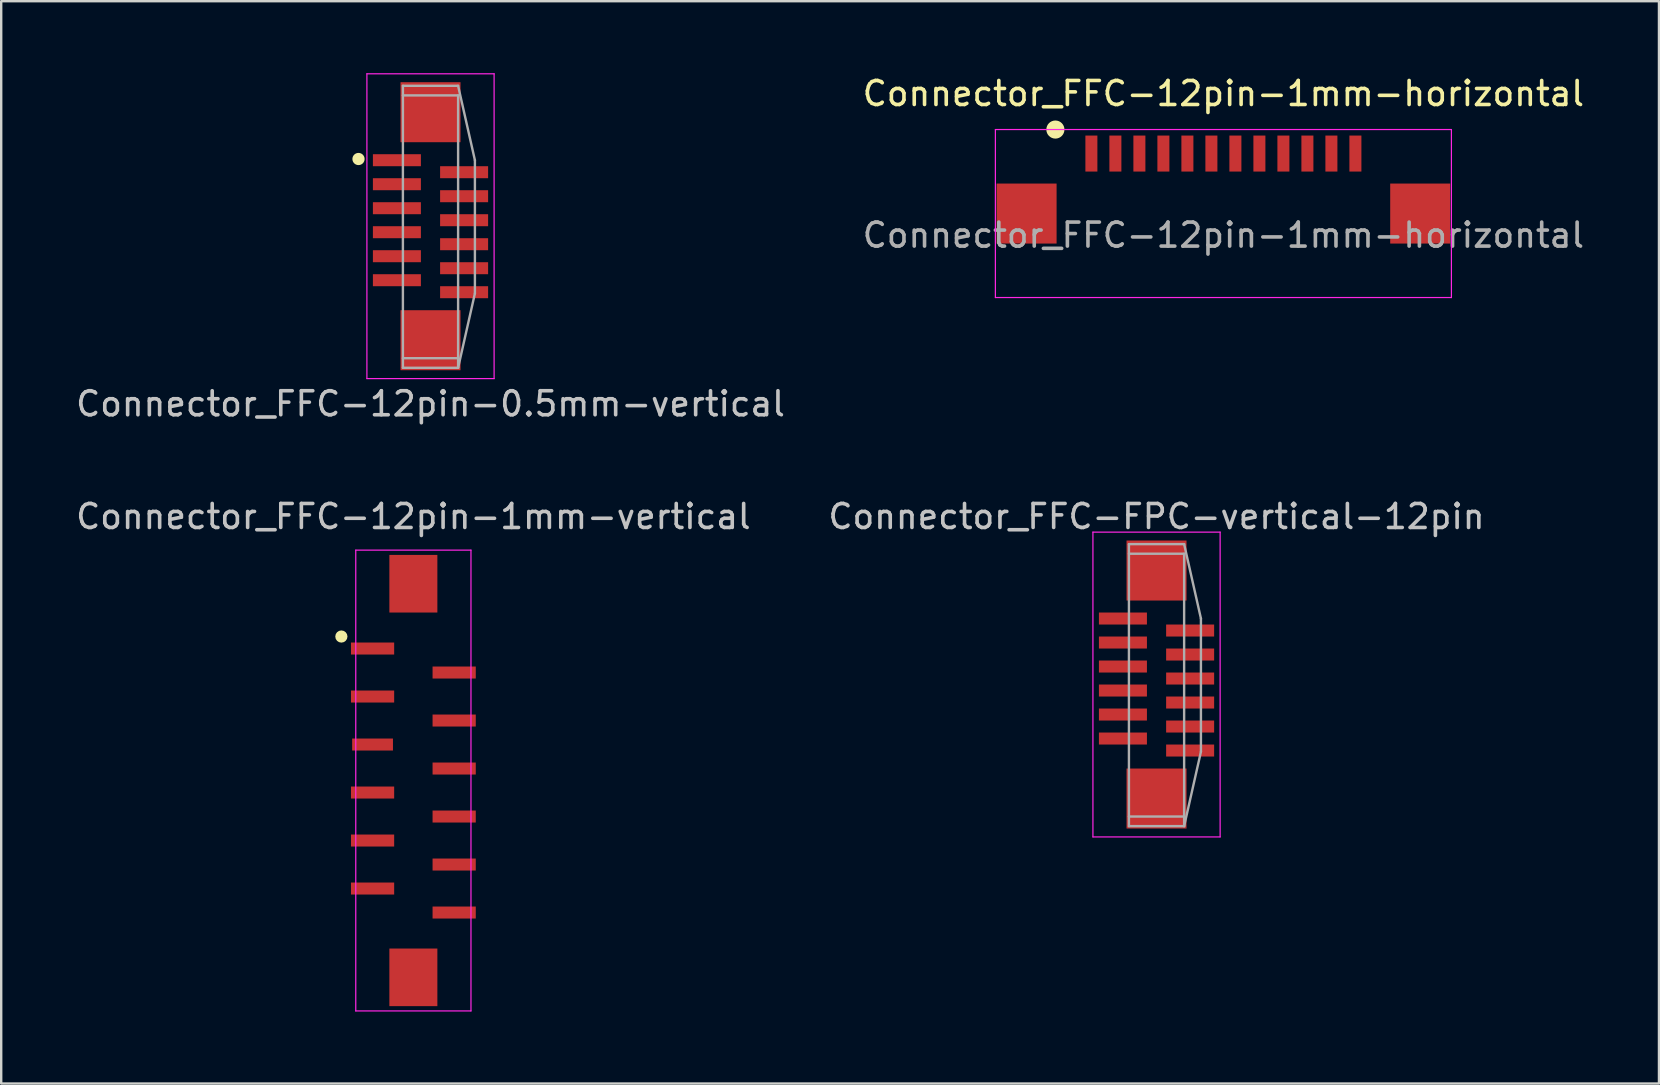
<source format=kicad_pcb>
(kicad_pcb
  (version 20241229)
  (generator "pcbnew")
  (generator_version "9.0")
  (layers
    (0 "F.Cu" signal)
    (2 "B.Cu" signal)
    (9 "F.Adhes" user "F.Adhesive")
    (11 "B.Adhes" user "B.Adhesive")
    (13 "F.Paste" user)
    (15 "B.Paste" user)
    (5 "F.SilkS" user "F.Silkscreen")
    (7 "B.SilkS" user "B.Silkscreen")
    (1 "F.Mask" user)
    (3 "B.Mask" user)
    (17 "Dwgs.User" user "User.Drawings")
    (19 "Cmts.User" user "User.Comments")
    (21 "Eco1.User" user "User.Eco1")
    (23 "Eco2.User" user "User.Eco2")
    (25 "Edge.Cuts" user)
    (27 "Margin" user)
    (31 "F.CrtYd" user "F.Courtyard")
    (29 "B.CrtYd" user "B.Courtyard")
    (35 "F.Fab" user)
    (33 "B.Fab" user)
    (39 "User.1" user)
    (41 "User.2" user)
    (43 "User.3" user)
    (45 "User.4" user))
  (footprint "Connector_FFC-12pin-1mm-vertical"
    (layer "F.Cu")
    (at 14.173 29.471)
    (property "Reference" "Connector_FFC-12pin-1mm-vertical" (at 0 -11 0) (layer "Dwgs.User") (effects (font (size 1 1) (thickness 0.15))))
    (attr smd)
    (fp_circle (center -3 -6) (end -2.873 -6) (stroke (width 0.254) (type solid)) (fill no) (layer "F.SilkS"))
    (fp_line (start -2.4 -9.6) (end 2.4 -9.6) (stroke (width 0.05) (type solid)) (layer "F.CrtYd"))
    (fp_line (start -2.4 9.6) (end -2.4 -9.6) (stroke (width 0.05) (type solid)) (layer "F.CrtYd"))
    (fp_line (start 2.4 -9.6) (end 2.4 9.6) (stroke (width 0.05) (type solid)) (layer "F.CrtYd"))
    (fp_line (start 2.4 9.6) (end -2.4 9.6) (stroke (width 0.05) (type solid)) (layer "F.CrtYd"))
    (pad "" smd rect (at 0 -8.2) (size 2 2.4) (layers "F.Cu" "F.Mask" "F.Paste"))
    (pad "" smd rect (at 0 8.2) (size 2 2.4) (layers "F.Cu" "F.Mask" "F.Paste"))
    (pad "1" smd rect (at -1.7 -5.5) (size 1.8 0.5) (layers "F.Cu" "F.Mask" "F.Paste"))
    (pad "2" smd rect (at 1.7 -4.5) (size 1.8 0.5) (layers "F.Cu" "F.Mask" "F.Paste"))
    (pad "3" smd rect (at -1.7 -3.5) (size 1.8 0.5) (layers "F.Cu" "F.Mask" "F.Paste"))
    (pad "4" smd rect (at 1.7 -2.5) (size 1.8 0.5) (layers "F.Cu" "F.Mask" "F.Paste"))
    (pad "5" smd rect (at -1.7 -1.5) (size 1.7 0.5) (layers "F.Cu" "F.Mask" "F.Paste"))
    (pad "6" smd rect (at 1.7 -0.5) (size 1.8 0.5) (layers "F.Cu" "F.Mask" "F.Paste"))
    (pad "7" smd rect (at -1.7 0.5) (size 1.8 0.5) (layers "F.Cu" "F.Mask" "F.Paste"))
    (pad "8" smd rect (at 1.7 1.5) (size 1.8 0.5) (layers "F.Cu" "F.Mask" "F.Paste"))
    (pad "9" smd rect (at -1.7 2.5) (size 1.8 0.5) (layers "F.Cu" "F.Mask" "F.Paste"))
    (pad "10" smd rect (at 1.7 3.5) (size 1.8 0.5) (layers "F.Cu" "F.Mask" "F.Paste"))
    (pad "11" smd rect (at -1.7 4.5) (size 1.8 0.5) (layers "F.Cu" "F.Mask" "F.Paste"))
    (pad "12" smd rect (at 1.7 5.5) (size 1.8 0.5) (layers "F.Cu" "F.Mask" "F.Paste")))
  (footprint "Connector_FFC-12pin-1mm-horizontal"
    (layer "F.Cu")
    (at 47.923 4.848)
    (property "Reference" "Connector_FFC-12pin-1mm-horizontal" (at 0 -4 0) (layer "F.SilkS") (effects (font (size 1 1) (thickness 0.15))))
    (attr smd)
    (fp_circle (center -7 -2.5) (end -6.75 -2.5) (stroke (width 0.254) (type solid)) (fill yes) (layer "F.SilkS"))
    (fp_line (start -9.5 -2.5) (end -9.5 4.5) (stroke (width 0.05) (type solid)) (layer "F.CrtYd"))
    (fp_line (start -9.5 4.5) (end 9.5 4.5) (stroke (width 0.05) (type solid)) (layer "F.CrtYd"))
    (fp_line (start 9.5 -2.5) (end -9.5 -2.5) (stroke (width 0.05) (type solid)) (layer "F.CrtYd"))
    (fp_line (start 9.5 4.5) (end 9.5 -2.5) (stroke (width 0.05) (type solid)) (layer "F.CrtYd"))
    (fp_text user "${REFERENCE}" (at 0 1.9 0) (layer "F.Fab") (effects (font (size 1 1) (thickness 0.15))))
    (pad "1" smd rect (at -5.5 -1.5) (size 0.5 1.5) (layers "F.Cu" "F.Mask" "F.Paste"))
    (pad "2" smd rect (at -4.5 -1.5) (size 0.5 1.5) (layers "F.Cu" "F.Mask" "F.Paste"))
    (pad "3" smd rect (at -3.5 -1.5) (size 0.5 1.5) (layers "F.Cu" "F.Mask" "F.Paste"))
    (pad "4" smd rect (at -2.5 -1.5) (size 0.5 1.5) (layers "F.Cu" "F.Mask" "F.Paste"))
    (pad "5" smd rect (at -1.5 -1.5) (size 0.5 1.5) (layers "F.Cu" "F.Mask" "F.Paste"))
    (pad "6" smd rect (at -0.5 -1.5) (size 0.5 1.5) (layers "F.Cu" "F.Mask" "F.Paste"))
    (pad "7" smd rect (at 0.5 -1.5) (size 0.5 1.5) (layers "F.Cu" "F.Mask" "F.Paste"))
    (pad "8" smd rect (at 1.5 -1.5) (size 0.5 1.5) (layers "F.Cu" "F.Mask" "F.Paste"))
    (pad "9" smd rect (at 2.5 -1.5) (size 0.5 1.5) (layers "F.Cu" "F.Mask" "F.Paste"))
    (pad "10" smd rect (at 3.5 -1.5) (size 0.5 1.5) (layers "F.Cu" "F.Mask" "F.Paste"))
    (pad "11" smd rect (at 4.5 -1.5) (size 0.5 1.5) (layers "F.Cu" "F.Mask" "F.Paste"))
    (pad "12" smd rect (at 5.5 -1.5) (size 0.5 1.5) (layers "F.Cu" "F.Mask" "F.Paste"))
    (pad "MP" smd rect (at -8.2 1) (size 2.5 2.5) (layers "F.Cu" "F.Mask" "F.Paste"))
    (pad "MP" smd rect (at 8.2 1) (size 2.5 2.5) (layers "F.Cu" "F.Mask" "F.Paste")))
  (footprint "Connector_FFC-FPC-vertical-12pin"
    (layer "F.Cu")
    (at 45.137 25.471)
    (property "Reference" "Connector_FFC-FPC-vertical-12pin" (at 0 -7 0) (layer "Dwgs.User") (effects (font (size 1 1) (thickness 0.15))))
    (attr smd)
    (fp_line (start -2.65 -6.35) (end 2.65 -6.35) (stroke (width 0.05) (type solid)) (layer "F.CrtYd"))
    (fp_line (start -2.65 6.35) (end -2.65 -6.35) (stroke (width 0.05) (type solid)) (layer "F.CrtYd"))
    (fp_line (start 2.65 -6.35) (end 2.65 6.35) (stroke (width 0.05) (type solid)) (layer "F.CrtYd"))
    (fp_line (start 2.65 6.35) (end -2.65 6.35) (stroke (width 0.05) (type solid)) (layer "F.CrtYd"))
    (fp_line (start -1.15 -5.85) (end 1.15 -5.85) (stroke (width 0.1) (type solid)) (layer "F.Fab"))
    (fp_line (start -1.15 -5.45) (end 1.15 -5.45) (stroke (width 0.1) (type solid)) (layer "F.Fab"))
    (fp_line (start -1.15 5.9) (end -1.15 -5.85) (stroke (width 0.1) (type solid)) (layer "F.Fab"))
    (fp_line (start 1.15 -5.85) (end 1.85 -2.75) (stroke (width 0.1) (type solid)) (layer "F.Fab"))
    (fp_line (start 1.15 -5.45) (end 1.15 5.9) (stroke (width 0.1) (type solid)) (layer "F.Fab"))
    (fp_line (start 1.15 5.5) (end -1.15 5.5) (stroke (width 0.1) (type solid)) (layer "F.Fab"))
    (fp_line (start 1.15 5.9) (end -1.15 5.9) (stroke (width 0.1) (type solid)) (layer "F.Fab"))
    (fp_line (start 1.85 -2.75) (end 1.85 2.8) (stroke (width 0.1) (type solid)) (layer "F.Fab"))
    (fp_line (start 1.85 2.8) (end 1.15 5.9) (stroke (width 0.1) (type solid)) (layer "F.Fab"))
    (pad "" smd rect (at 0 -4.75) (size 2.5 2.5) (layers "F.Cu" "F.Mask" "F.Paste"))
    (pad "" smd rect (at 0 4.75) (size 2.5 2.5) (layers "F.Cu" "F.Mask" "F.Paste"))
    (pad "1" smd custom (at -1.9 -2.75 180) (size 1 0.5) (layers "F.Cu" "F.Mask" "F.Paste") (options (anchor rect)) (primitives (gr_poly (pts (xy -1.5 0.25) (xy -0.5 0.25) (xy -0.5 -0.25) (xy -1.5 -0.25)) (width 0) (fill yes))))
    (pad "2" smd custom (at 1.9 -2.25) (size 1 0.5) (layers "F.Cu" "F.Mask" "F.Paste") (options (anchor rect)) (primitives (gr_poly (pts (xy -1.5 0.25) (xy -0.5 0.25) (xy -0.5 -0.25) (xy -1.5 -0.25)) (width 0) (fill yes))))
    (pad "3" smd custom (at -1.9 -1.75 180) (size 1 0.5) (layers "F.Cu" "F.Mask" "F.Paste") (options (anchor rect)) (primitives (gr_poly (pts (xy -1.5 0.25) (xy -0.5 0.25) (xy -0.5 -0.25) (xy -1.5 -0.25)) (width 0) (fill yes))))
    (pad "4" smd custom (at 1.9 -1.25) (size 1 0.5) (layers "F.Cu" "F.Mask" "F.Paste") (options (anchor rect)) (primitives (gr_poly (pts (xy -1.5 0.25) (xy -0.5 0.25) (xy -0.5 -0.25) (xy -1.5 -0.25)) (width 0) (fill yes))))
    (pad "5" smd custom (at -1.9 -0.75 180) (size 1 0.5) (layers "F.Cu" "F.Mask" "F.Paste") (options (anchor rect)) (primitives (gr_poly (pts (xy -1.5 0.25) (xy -0.5 0.25) (xy -0.5 -0.25) (xy -1.5 -0.25)) (width 0) (fill yes))))
    (pad "6" smd custom (at 1.9 -0.25) (size 1 0.5) (layers "F.Cu" "F.Mask" "F.Paste") (options (anchor rect)) (primitives (gr_poly (pts (xy -1.5 0.25) (xy -0.5 0.25) (xy -0.5 -0.25) (xy -1.5 -0.25)) (width 0) (fill yes))))
    (pad "7" smd rect (at -1.4 0.25 270) (size 0.5 2) (layers "F.Cu" "F.Mask" "F.Paste"))
    (pad "8" smd custom (at 1.9 0.75) (size 1 0.5) (layers "F.Cu" "F.Mask" "F.Paste") (options (anchor rect)) (primitives (gr_poly (pts (xy -1.5 0.25) (xy -0.5 0.25) (xy -0.5 -0.25) (xy -1.5 -0.25)) (width 0) (fill yes))))
    (pad "9" smd custom (at -1.9 1.25 180) (size 1 0.5) (layers "F.Cu" "F.Mask" "F.Paste") (options (anchor rect)) (primitives (gr_poly (pts (xy -1.5 0.25) (xy -0.5 0.25) (xy -0.5 -0.25) (xy -1.5 -0.25)) (width 0) (fill yes))))
    (pad "10" smd custom (at 1.9 1.75) (size 1 0.5) (layers "F.Cu" "F.Mask" "F.Paste") (options (anchor rect)) (primitives (gr_poly (pts (xy -1.5 0.25) (xy -0.5 0.25) (xy -0.5 -0.25) (xy -1.5 -0.25)) (width 0) (fill yes))))
    (pad "11" smd custom (at -1.9 2.25 180) (size 1 0.5) (layers "F.Cu" "F.Mask" "F.Paste") (options (anchor rect)) (primitives (gr_poly (pts (xy -1.5 0.25) (xy -0.5 0.25) (xy -0.5 -0.25) (xy -1.5 -0.25)) (width 0) (fill yes))))
    (pad "12" smd custom (at 1.9 2.75) (size 1 0.5) (layers "F.Cu" "F.Mask" "F.Paste") (options (anchor rect)) (primitives (gr_poly (pts (xy -1.5 0.25) (xy -0.5 0.25) (xy -0.5 -0.25) (xy -1.5 -0.25)) (width 0) (fill yes)))))
  (footprint "Connector_FFC-12pin-0.5mm-vertical"
    (layer "F.Cu")
    (at 14.887 6.375)
    (property "Reference" "Connector_FFC-12pin-0.5mm-vertical" (at 0 7.4 0) (layer "Dwgs.User") (effects (font (size 1 1) (thickness 0.15))))
    (attr smd)
    (fp_circle (center -3 -2.8) (end -2.873 -2.8) (stroke (width 0.254) (type solid)) (fill yes) (layer "F.SilkS"))
    (fp_line (start -2.65 -6.35) (end 2.65 -6.35) (stroke (width 0.05) (type solid)) (layer "F.CrtYd"))
    (fp_line (start -2.65 6.35) (end -2.65 -6.35) (stroke (width 0.05) (type solid)) (layer "F.CrtYd"))
    (fp_line (start 2.65 -6.35) (end 2.65 6.35) (stroke (width 0.05) (type solid)) (layer "F.CrtYd"))
    (fp_line (start 2.65 6.35) (end -2.65 6.35) (stroke (width 0.05) (type solid)) (layer "F.CrtYd"))
    (fp_line (start -1.15 -5.85) (end 1.15 -5.85) (stroke (width 0.1) (type solid)) (layer "F.Fab"))
    (fp_line (start -1.15 -5.45) (end 1.15 -5.45) (stroke (width 0.1) (type solid)) (layer "F.Fab"))
    (fp_line (start -1.15 5.9) (end -1.15 -5.85) (stroke (width 0.1) (type solid)) (layer "F.Fab"))
    (fp_line (start 1.15 -5.85) (end 1.85 -2.75) (stroke (width 0.1) (type solid)) (layer "F.Fab"))
    (fp_line (start 1.15 -5.45) (end 1.15 5.9) (stroke (width 0.1) (type solid)) (layer "F.Fab"))
    (fp_line (start 1.15 5.5) (end -1.15 5.5) (stroke (width 0.1) (type solid)) (layer "F.Fab"))
    (fp_line (start 1.15 5.9) (end -1.15 5.9) (stroke (width 0.1) (type solid)) (layer "F.Fab"))
    (fp_line (start 1.85 -2.75) (end 1.85 2.8) (stroke (width 0.1) (type solid)) (layer "F.Fab"))
    (fp_line (start 1.85 2.8) (end 1.15 5.9) (stroke (width 0.1) (type solid)) (layer "F.Fab"))
    (pad "" smd rect (at 0 -4.75) (size 2.5 2.5) (layers "F.Cu" "F.Mask" "F.Paste"))
    (pad "" smd rect (at 0 4.75) (size 2.5 2.5) (layers "F.Cu" "F.Mask" "F.Paste"))
    (pad "1" smd custom (at -1.9 -2.75 180) (size 1 0.5) (layers "F.Cu" "F.Mask" "F.Paste") (options (anchor rect)) (primitives (gr_poly (pts (xy -1.5 0.25) (xy -0.5 0.25) (xy -0.5 -0.25) (xy -1.5 -0.25)) (width 0) (fill yes))))
    (pad "2" smd custom (at 1.9 -2.25) (size 1 0.5) (layers "F.Cu" "F.Mask" "F.Paste") (options (anchor rect)) (primitives (gr_poly (pts (xy -1.5 0.25) (xy -0.5 0.25) (xy -0.5 -0.25) (xy -1.5 -0.25)) (width 0) (fill yes))))
    (pad "3" smd custom (at -1.9 -1.75 180) (size 1 0.5) (layers "F.Cu" "F.Mask" "F.Paste") (options (anchor rect)) (primitives (gr_poly (pts (xy -1.5 0.25) (xy -0.5 0.25) (xy -0.5 -0.25) (xy -1.5 -0.25)) (width 0) (fill yes))))
    (pad "4" smd custom (at 1.9 -1.25) (size 1 0.5) (layers "F.Cu" "F.Mask" "F.Paste") (options (anchor rect)) (primitives (gr_poly (pts (xy -1.5 0.25) (xy -0.5 0.25) (xy -0.5 -0.25) (xy -1.5 -0.25)) (width 0) (fill yes))))
    (pad "5" smd custom (at -1.9 -0.75 180) (size 1 0.5) (layers "F.Cu" "F.Mask" "F.Paste") (options (anchor rect)) (primitives (gr_poly (pts (xy -1.5 0.25) (xy -0.5 0.25) (xy -0.5 -0.25) (xy -1.5 -0.25)) (width 0) (fill yes))))
    (pad "6" smd custom (at 1.9 -0.25) (size 1 0.5) (layers "F.Cu" "F.Mask" "F.Paste") (options (anchor rect)) (primitives (gr_poly (pts (xy -1.5 0.25) (xy -0.5 0.25) (xy -0.5 -0.25) (xy -1.5 -0.25)) (width 0) (fill yes))))
    (pad "7" smd rect (at -1.4 0.25 270) (size 0.5 2) (layers "F.Cu" "F.Mask" "F.Paste"))
    (pad "8" smd custom (at 1.9 0.75) (size 1 0.5) (layers "F.Cu" "F.Mask" "F.Paste") (options (anchor rect)) (primitives (gr_poly (pts (xy -1.5 0.25) (xy -0.5 0.25) (xy -0.5 -0.25) (xy -1.5 -0.25)) (width 0) (fill yes))))
    (pad "9" smd custom (at -1.9 1.25 180) (size 1 0.5) (layers "F.Cu" "F.Mask" "F.Paste") (options (anchor rect)) (primitives (gr_poly (pts (xy -1.5 0.25) (xy -0.5 0.25) (xy -0.5 -0.25) (xy -1.5 -0.25)) (width 0) (fill yes))))
    (pad "10" smd custom (at 1.9 1.75) (size 1 0.5) (layers "F.Cu" "F.Mask" "F.Paste") (options (anchor rect)) (primitives (gr_poly (pts (xy -1.5 0.25) (xy -0.5 0.25) (xy -0.5 -0.25) (xy -1.5 -0.25)) (width 0) (fill yes))))
    (pad "11" smd custom (at -1.9 2.25 180) (size 1 0.5) (layers "F.Cu" "F.Mask" "F.Paste") (options (anchor rect)) (primitives (gr_poly (pts (xy -1.5 0.25) (xy -0.5 0.25) (xy -0.5 -0.25) (xy -1.5 -0.25)) (width 0) (fill yes))))
    (pad "12" smd custom (at 1.9 2.75) (size 1 0.5) (layers "F.Cu" "F.Mask" "F.Paste") (options (anchor rect)) (primitives (gr_poly (pts (xy -1.5 0.25) (xy -0.5 0.25) (xy -0.5 -0.25) (xy -1.5 -0.25)) (width 0) (fill yes)))))
  (gr_rect
    (start -3 -3)
    (end 66.071 42.096)
    (stroke (width 0.1) (type default))
    (fill no)
    (layer "Edge.Cuts")))
</source>
